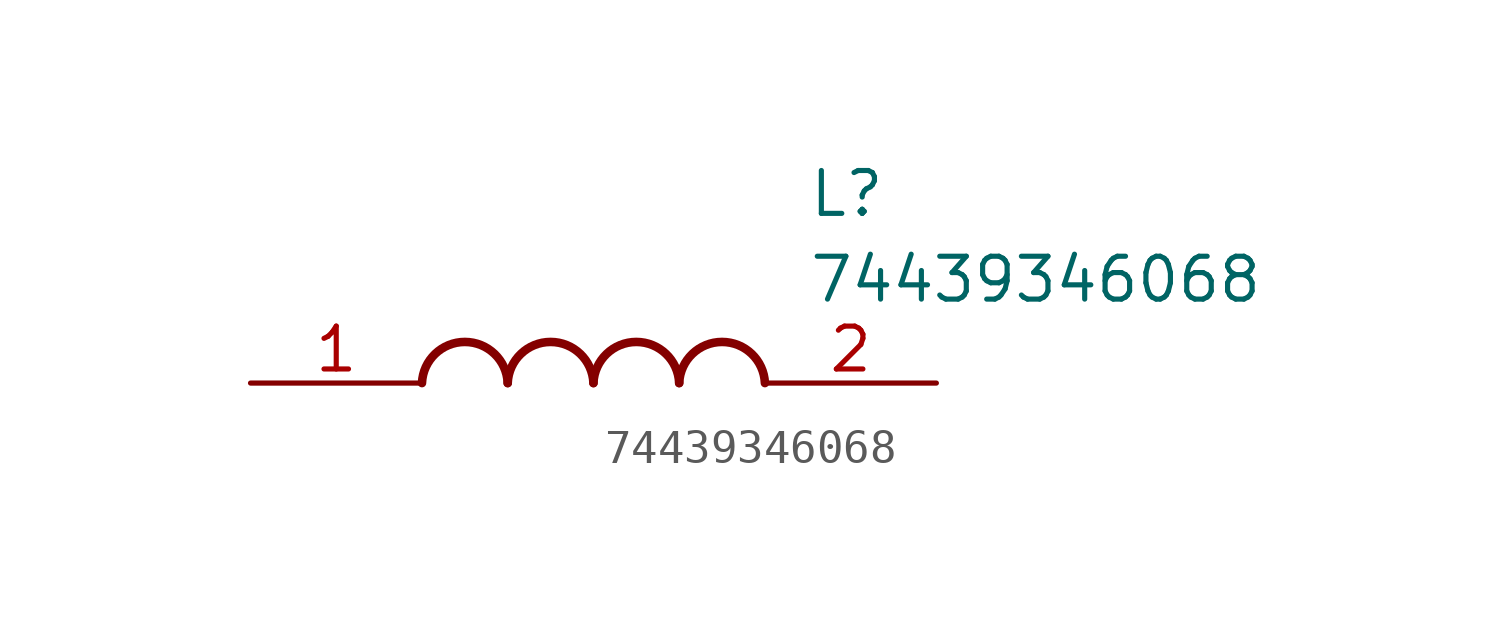
<source format=kicad_sym>
(kicad_symbol_lib
  (version 20211014)
  (generator SamacSys_ECAD_Model)
  (symbol "74439346068"
    (pin_names hide)
    (property "Reference" "L"
      (at 16.51 6.35 0)
      (effects (font (size 1.27 1.27)) (justify left top)))
    (property "Value" "74439346068"
      (at 16.51 3.81 0)
      (effects (font (size 1.27 1.27)) (justify left top)))
    (arc
      (start 7.62 0)
      (mid 6.35 1.219)
      (end 5.08 0)
      (stroke (width 0.254) (type default))
      (fill (type none)))
    (arc
      (start 10.16 0)
      (mid 8.89 1.219)
      (end 7.62 0)
      (stroke (width 0.254) (type default))
      (fill (type none)))
    (arc
      (start 12.7 0)
      (mid 11.43 1.219)
      (end 10.16 0)
      (stroke (width 0.254) (type default))
      (fill (type none)))
    (arc
      (start 15.24 0)
      (mid 13.97 1.219)
      (end 12.7 0)
      (stroke (width 0.254) (type default))
      (fill (type none)))
    (pin passive line
      (at 0 0 0)
      (length 5.08)
      (name "COIL_" (effects (font (size 1.27 1.27))))
      (number "1" (effects (font (size 1.27 1.27)))))
    (pin passive line
      (at 20.32 0 180)
      (length 5.08)
      (name "COIL" (effects (font (size 1.27 1.27))))
      (number "2" (effects (font (size 1.27 1.27)))))))
</source>
